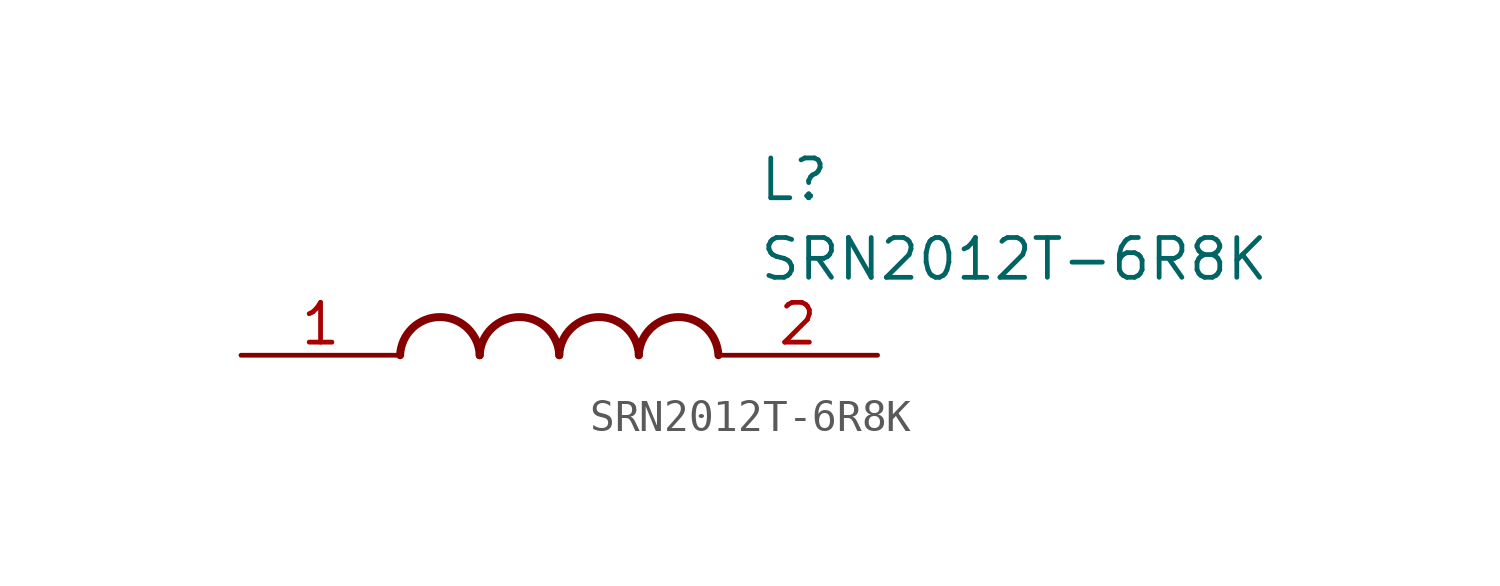
<source format=kicad_sym>
(kicad_symbol_lib
  (version 20211014)
  (generator SamacSys_ECAD_Model)
  (symbol "SRN2012T-6R8K"
    (pin_names hide)
    (property "Reference" "L"
      (at 16.51 6.35 0)
      (effects (font (size 1.27 1.27)) (justify left top)))
    (property "Value" "SRN2012T-6R8K"
      (at 16.51 3.81 0)
      (effects (font (size 1.27 1.27)) (justify left top)))
    (arc
      (start 7.62 0)
      (mid 6.35 1.219)
      (end 5.08 0)
      (stroke (width 0.254) (type default))
      (fill (type none)))
    (arc
      (start 10.16 0)
      (mid 8.89 1.219)
      (end 7.62 0)
      (stroke (width 0.254) (type default))
      (fill (type none)))
    (arc
      (start 12.7 0)
      (mid 11.43 1.219)
      (end 10.16 0)
      (stroke (width 0.254) (type default))
      (fill (type none)))
    (arc
      (start 15.24 0)
      (mid 13.97 1.219)
      (end 12.7 0)
      (stroke (width 0.254) (type default))
      (fill (type none)))
    (pin passive line
      (at 0 0 0)
      (length 5.08)
      (name "1" (effects (font (size 1.27 1.27))))
      (number "1" (effects (font (size 1.27 1.27)))))
    (pin passive line
      (at 20.32 0 180)
      (length 5.08)
      (name "2" (effects (font (size 1.27 1.27))))
      (number "2" (effects (font (size 1.27 1.27)))))))
</source>
